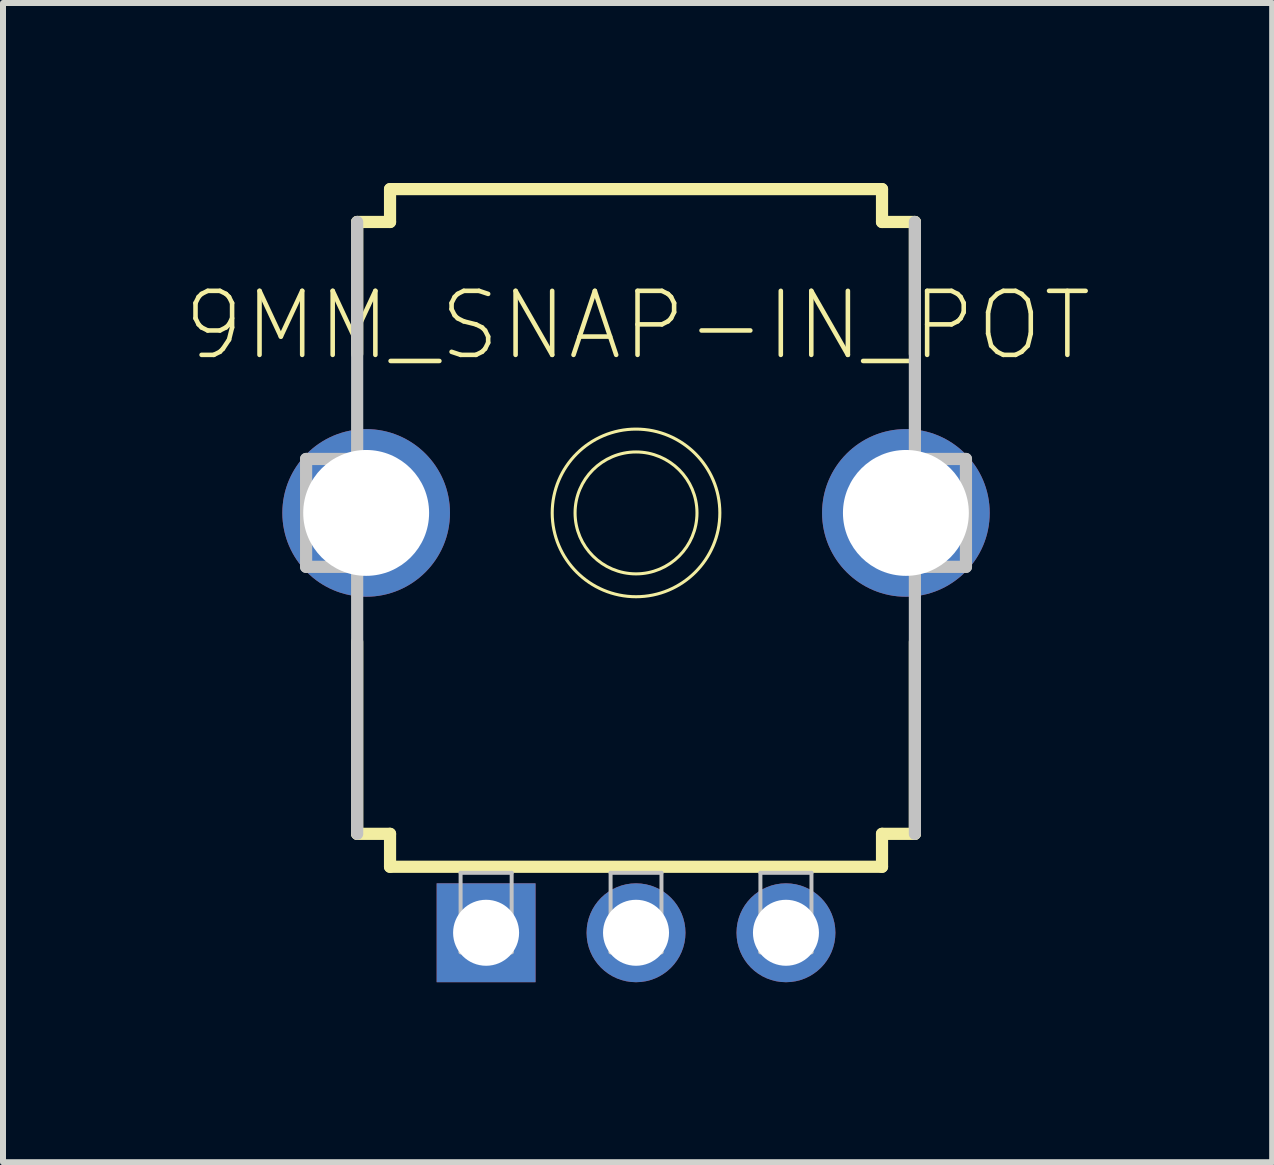
<source format=kicad_pcb>
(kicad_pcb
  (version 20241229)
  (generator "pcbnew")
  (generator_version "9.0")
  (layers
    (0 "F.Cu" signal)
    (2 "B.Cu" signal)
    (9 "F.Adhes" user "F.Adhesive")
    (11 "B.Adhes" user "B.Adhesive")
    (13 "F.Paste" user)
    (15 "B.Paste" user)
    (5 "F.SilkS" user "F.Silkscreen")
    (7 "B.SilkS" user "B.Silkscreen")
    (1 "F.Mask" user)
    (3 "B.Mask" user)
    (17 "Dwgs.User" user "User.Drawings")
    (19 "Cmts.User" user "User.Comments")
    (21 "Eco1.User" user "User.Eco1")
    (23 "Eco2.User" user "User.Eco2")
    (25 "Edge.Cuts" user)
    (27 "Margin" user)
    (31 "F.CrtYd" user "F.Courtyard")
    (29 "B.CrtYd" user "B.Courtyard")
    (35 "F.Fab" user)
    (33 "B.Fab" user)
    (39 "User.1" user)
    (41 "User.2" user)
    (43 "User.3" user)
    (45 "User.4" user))
  (footprint "9MM_SNAP-IN_POT"
    (layer "F.Cu")
    (at 7.551 5.499)
    (property "Reference" "9MM_SNAP-IN_POT" (at 0.025 -3.124 0) (layer "F.SilkS") (effects (font (size 1.067 1.067) (thickness 0.076))))
    (attr exclude_from_pos_files exclude_from_bom)
    (fp_line (start -4.648 -2.649) (end -4.648 -4.849) (stroke (width 0.203) (type solid)) (layer "F.SilkS"))
    (fp_line (start -4.648 5.349) (end -4.648 2.149) (stroke (width 0.203) (type solid)) (layer "F.SilkS"))
    (fp_line (start -4.648 5.349) (end -4.1 5.349) (stroke (width 0.203) (type solid)) (layer "F.SilkS"))
    (fp_line (start -4.1 -5.397) (end -4.1 -4.849) (stroke (width 0.203) (type solid)) (layer "F.SilkS"))
    (fp_line (start -4.1 -5.397) (end 4.1 -5.397) (stroke (width 0.203) (type solid)) (layer "F.SilkS"))
    (fp_line (start -4.1 -4.849) (end -4.648 -4.849) (stroke (width 0.203) (type solid)) (layer "F.SilkS"))
    (fp_line (start -4.1 5.349) (end -4.1 5.898) (stroke (width 0.203) (type solid)) (layer "F.SilkS"))
    (fp_line (start 4.1 -4.849) (end 4.1 -5.397) (stroke (width 0.203) (type solid)) (layer "F.SilkS"))
    (fp_line (start 4.1 5.349) (end 4.648 5.349) (stroke (width 0.203) (type solid)) (layer "F.SilkS"))
    (fp_line (start 4.1 5.898) (end -4.1 5.898) (stroke (width 0.203) (type solid)) (layer "F.SilkS"))
    (fp_line (start 4.1 5.898) (end 4.1 5.349) (stroke (width 0.203) (type solid)) (layer "F.SilkS"))
    (fp_line (start 4.648 -4.849) (end 4.1 -4.849) (stroke (width 0.203) (type solid)) (layer "F.SilkS"))
    (fp_line (start 4.648 -4.849) (end 4.648 -2.649) (stroke (width 0.203) (type solid)) (layer "F.SilkS"))
    (fp_line (start 4.648 2.149) (end 4.648 5.349) (stroke (width 0.203) (type solid)) (layer "F.SilkS"))
    (fp_circle (center 0 0) (end 0 -1.397) (stroke (width 0.051) (type solid)) (fill no) (layer "F.SilkS"))
    (fp_circle (center 0 0) (end 0 -1.016) (stroke (width 0.051) (type solid)) (fill no) (layer "F.SilkS"))
    (fp_line (start -5.499 -0.899) (end -5.499 0.899) (stroke (width 0.203) (type solid)) (layer "Dwgs.User"))
    (fp_line (start -5.499 0.899) (end -4.75 0.899) (stroke (width 0.203) (type solid)) (layer "Dwgs.User"))
    (fp_line (start -4.75 -0.899) (end -5.499 -0.899) (stroke (width 0.203) (type solid)) (layer "Dwgs.User"))
    (fp_line (start -4.648 5.349) (end -4.648 -4.849) (stroke (width 0.203) (type solid)) (layer "Dwgs.User"))
    (fp_line (start -2.924 5.999) (end -2.073 5.999) (stroke (width 0.066) (type solid)) (layer "Dwgs.User"))
    (fp_line (start -2.924 7.323) (end -2.924 5.999) (stroke (width 0.066) (type solid)) (layer "Dwgs.User"))
    (fp_line (start -2.924 7.323) (end -2.073 7.323) (stroke (width 0.066) (type solid)) (layer "Dwgs.User"))
    (fp_line (start -2.073 7.323) (end -2.073 5.999) (stroke (width 0.066) (type solid)) (layer "Dwgs.User"))
    (fp_line (start -0.424 5.999) (end 0.424 5.999) (stroke (width 0.066) (type solid)) (layer "Dwgs.User"))
    (fp_line (start -0.424 7.323) (end -0.424 5.999) (stroke (width 0.066) (type solid)) (layer "Dwgs.User"))
    (fp_line (start -0.424 7.323) (end 0.424 7.323) (stroke (width 0.066) (type solid)) (layer "Dwgs.User"))
    (fp_line (start 0.424 7.323) (end 0.424 5.999) (stroke (width 0.066) (type solid)) (layer "Dwgs.User"))
    (fp_line (start 2.073 5.999) (end 2.924 5.999) (stroke (width 0.066) (type solid)) (layer "Dwgs.User"))
    (fp_line (start 2.073 7.323) (end 2.073 5.999) (stroke (width 0.066) (type solid)) (layer "Dwgs.User"))
    (fp_line (start 2.073 7.323) (end 2.924 7.323) (stroke (width 0.066) (type solid)) (layer "Dwgs.User"))
    (fp_line (start 2.924 7.323) (end 2.924 5.999) (stroke (width 0.066) (type solid)) (layer "Dwgs.User"))
    (fp_line (start 4.648 -4.849) (end 4.648 5.349) (stroke (width 0.203) (type solid)) (layer "Dwgs.User"))
    (fp_line (start 4.75 0.899) (end 5.499 0.899) (stroke (width 0.203) (type solid)) (layer "Dwgs.User"))
    (fp_line (start 5.499 -0.899) (end 4.75 -0.899) (stroke (width 0.203) (type solid)) (layer "Dwgs.User"))
    (fp_line (start 5.499 0.899) (end 5.499 -0.899) (stroke (width 0.203) (type solid)) (layer "Dwgs.User"))
    (pad "1" thru_hole rect (at -2.499 6.998) (size 1.648 1.648) (drill 1.1) (layers "*.Cu" "*.Paste" "*.Mask"))
    (pad "2" thru_hole circle (at 0 6.998) (size 1.648 1.648) (drill 1.1) (layers "*.Cu" "*.Paste" "*.Mask"))
    (pad "3" thru_hole circle (at 2.499 6.998) (size 1.648 1.648) (drill 1.1) (layers "*.Cu" "*.Paste" "*.Mask"))
    (pad "CHASSIS1" thru_hole circle (at -4.498 0) (size 2.794 2.794) (drill 2.098) (layers "*.Cu" "*.Paste" "*.Mask"))
    (pad "CHASSIS2" thru_hole circle (at 4.498 0) (size 2.794 2.794) (drill 2.098) (layers "*.Cu" "*.Paste" "*.Mask")))
  (gr_rect
    (start -3 -3)
    (end 18.154 16.321)
    (stroke (width 0.1) (type default))
    (fill no)
    (layer "Edge.Cuts")))
</source>
